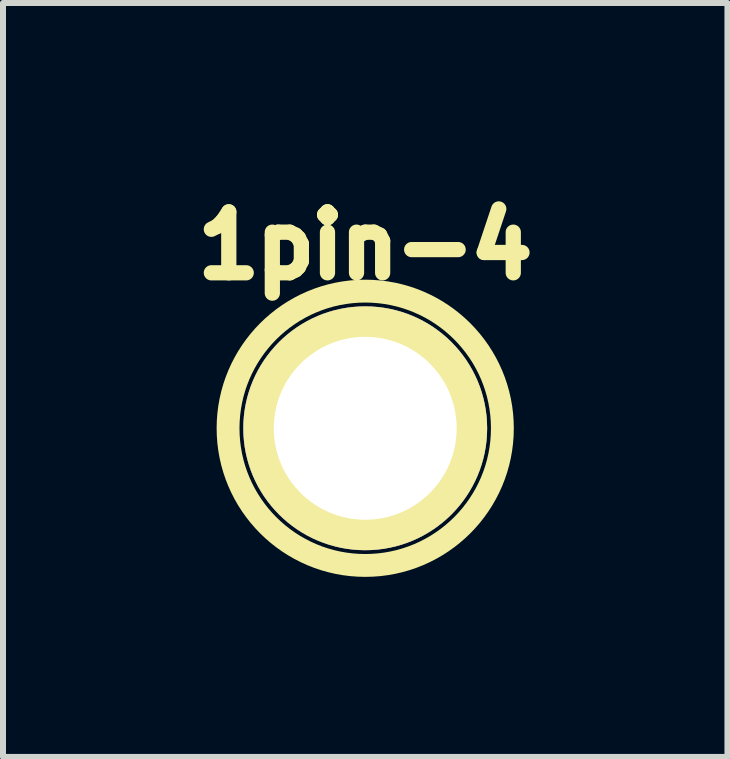
<source format=kicad_pcb>
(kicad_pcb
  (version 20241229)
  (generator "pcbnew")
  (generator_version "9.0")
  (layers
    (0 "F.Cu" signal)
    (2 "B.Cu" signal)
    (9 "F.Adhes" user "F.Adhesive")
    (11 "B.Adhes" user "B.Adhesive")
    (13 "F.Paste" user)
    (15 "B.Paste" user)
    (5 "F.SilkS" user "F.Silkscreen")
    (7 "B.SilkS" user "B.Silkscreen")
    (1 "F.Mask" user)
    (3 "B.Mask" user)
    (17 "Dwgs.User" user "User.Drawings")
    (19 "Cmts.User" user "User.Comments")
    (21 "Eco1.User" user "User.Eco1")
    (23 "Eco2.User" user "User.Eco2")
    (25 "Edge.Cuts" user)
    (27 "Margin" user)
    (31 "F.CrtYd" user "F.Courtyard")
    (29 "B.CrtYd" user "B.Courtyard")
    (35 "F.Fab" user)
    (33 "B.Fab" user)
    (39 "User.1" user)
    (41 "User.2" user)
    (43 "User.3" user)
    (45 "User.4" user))
  (footprint "1pin-4"
    (layer "F.Cu")
    (at 3.037 4.088)
    (property "Reference" "1pin-4" (at 0 -3.048 0) (layer "F.SilkS") (effects (font (size 1.016 1.016) (thickness 0.254))))
    (attr through_hole)
    (fp_circle (center 0 0) (end 0 -2.286) (stroke (width 0.381) (type solid)) (fill no) (layer "F.SilkS"))
    (pad "1" thru_hole circle (at 0 0) (size 4.064 4.064) (drill 3.048) (layers "*.Cu" "*.Mask" "F.SilkS")))
  (gr_rect
    (start -3 -3)
    (end 9.074 9.565)
    (stroke (width 0.1) (type default))
    (fill no)
    (layer "Edge.Cuts")))
</source>
